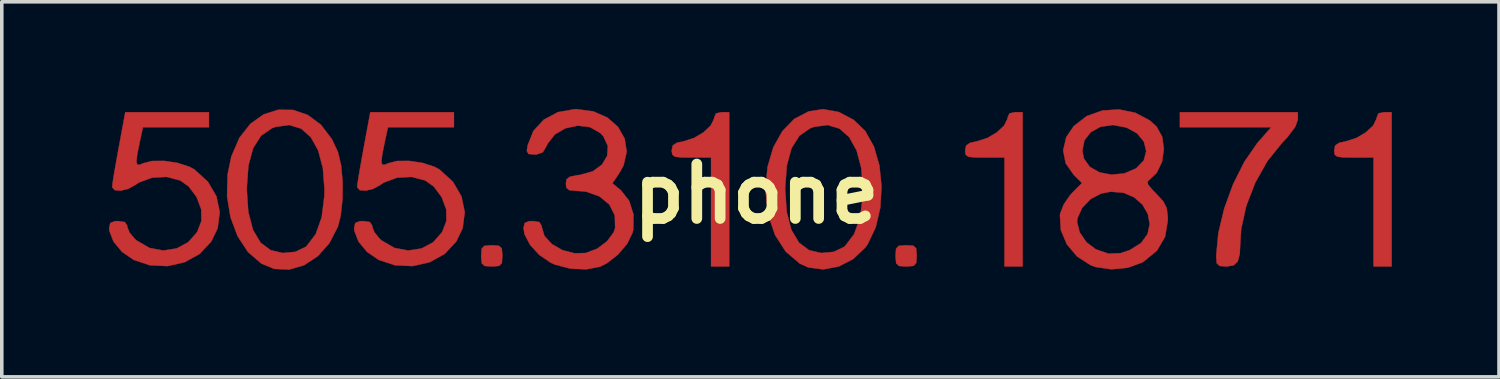
<source format=kicad_pcb>
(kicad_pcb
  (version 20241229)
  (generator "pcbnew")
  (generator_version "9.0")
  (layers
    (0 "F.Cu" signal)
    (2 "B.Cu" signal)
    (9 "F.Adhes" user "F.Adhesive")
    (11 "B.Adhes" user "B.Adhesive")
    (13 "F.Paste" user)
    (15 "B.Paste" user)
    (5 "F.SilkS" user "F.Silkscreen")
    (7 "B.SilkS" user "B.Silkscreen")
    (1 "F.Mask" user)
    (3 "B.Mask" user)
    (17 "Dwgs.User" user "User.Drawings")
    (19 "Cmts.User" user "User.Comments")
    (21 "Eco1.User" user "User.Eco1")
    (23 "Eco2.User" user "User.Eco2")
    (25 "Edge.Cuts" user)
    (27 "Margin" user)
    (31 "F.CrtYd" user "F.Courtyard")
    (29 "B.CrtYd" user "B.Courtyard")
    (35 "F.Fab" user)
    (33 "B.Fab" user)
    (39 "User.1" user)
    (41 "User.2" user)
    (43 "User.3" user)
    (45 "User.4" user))
  (footprint "phone"
    (layer "F.Cu")
    (at 18.123 2.376)
    (property "Reference" "phone" (at 0 0 0) (layer "F.SilkS") (effects (font (size 1.524 1.524) (thickness 0.3))))
    (attr through_hole)
    (fp_poly (pts (xy -7.21 1.452) (xy -7.128 1.526) (xy -7.112 1.713) (xy -7.112 1.736) (xy -7.125 1.934) (xy -7.199 2.016) (xy -7.386 2.032) (xy -7.408 2.032) (xy -7.607 2.019) (xy -7.688 1.945) (xy -7.705 1.758) (xy -7.705 1.736) (xy -7.692 1.537) (xy -7.618 1.456) (xy -7.431 1.439) (xy -7.408 1.439) (xy -7.21 1.452)) (stroke (width 0.01) (type solid)) (fill yes) (layer "F.Cu"))
    (fp_poly (pts (xy 4.39 1.452) (xy 4.471 1.526) (xy 4.487 1.713) (xy 4.487 1.736) (xy 4.474 1.934) (xy 4.4 2.016) (xy 4.214 2.032) (xy 4.191 2.032) (xy 3.992 2.019) (xy 3.911 1.945) (xy 3.895 1.758) (xy 3.895 1.736) (xy 3.908 1.537) (xy 3.982 1.456) (xy 4.168 1.439) (xy 4.191 1.439) (xy 4.39 1.452)) (stroke (width 0.01) (type solid)) (fill yes) (layer "F.Cu"))
    (fp_poly (pts (xy -0.762 2.032) (xy -1.27 2.032) (xy -1.27 -1.016) (xy -1.82 -1.016) (xy -2.116 -1.02) (xy -2.281 -1.041) (xy -2.353 -1.094) (xy -2.37 -1.192) (xy -2.371 -1.217) (xy -2.343 -1.354) (xy -2.228 -1.43) (xy -2.039 -1.471) (xy -1.752 -1.562) (xy -1.484 -1.72) (xy -1.28 -1.912) (xy -1.187 -2.1) (xy -1.185 -2.124) (xy -1.132 -2.252) (xy -0.974 -2.286) (xy -0.762 -2.286) (xy -0.762 2.032)) (stroke (width 0.01) (type solid)) (fill yes) (layer "F.Cu"))
    (fp_poly (pts (xy 7.451 2.032) (xy 6.943 2.032) (xy 6.943 -1.016) (xy 6.392 -1.016) (xy 6.096 -1.02) (xy 5.931 -1.041) (xy 5.859 -1.094) (xy 5.842 -1.192) (xy 5.842 -1.217) (xy 5.87 -1.354) (xy 5.984 -1.43) (xy 6.174 -1.471) (xy 6.461 -1.562) (xy 6.729 -1.72) (xy 6.933 -1.912) (xy 7.026 -2.1) (xy 7.027 -2.124) (xy 7.081 -2.252) (xy 7.239 -2.286) (xy 7.451 -2.286) (xy 7.451 2.032)) (stroke (width 0.01) (type solid)) (fill yes) (layer "F.Cu"))
    (fp_poly (pts (xy 17.78 2.032) (xy 17.272 2.032) (xy 17.272 -1.016) (xy 16.722 -1.016) (xy 16.426 -1.02) (xy 16.261 -1.041) (xy 16.189 -1.094) (xy 16.172 -1.192) (xy 16.171 -1.217) (xy 16.199 -1.354) (xy 16.314 -1.43) (xy 16.503 -1.471) (xy 16.79 -1.562) (xy 17.058 -1.72) (xy 17.262 -1.912) (xy 17.355 -2.1) (xy 17.357 -2.124) (xy 17.41 -2.252) (xy 17.568 -2.286) (xy 17.78 -2.286) (xy 17.78 2.032)) (stroke (width 0.01) (type solid)) (fill yes) (layer "F.Cu"))
    (fp_poly (pts (xy 15.155 -2.08) (xy 15.083 -1.877) (xy 14.871 -1.595) (xy 14.711 -1.424) (xy 14.305 -0.921) (xy 13.965 -0.317) (xy 13.712 0.334) (xy 13.569 0.98) (xy 13.546 1.325) (xy 13.529 1.677) (xy 13.472 1.893) (xy 13.358 2.001) (xy 13.169 2.032) (xy 13.156 2.032) (xy 12.965 2.019) (xy 12.885 1.944) (xy 12.869 1.756) (xy 12.869 1.732) (xy 12.929 1.099) (xy 13.093 0.413) (xy 13.343 -0.271) (xy 13.659 -0.9) (xy 14.019 -1.421) (xy 14.059 -1.466) (xy 14.408 -1.863) (xy 11.853 -1.863) (xy 11.853 -2.286) (xy 15.155 -2.286) (xy 15.155 -2.08)) (stroke (width 0.01) (type solid)) (fill yes) (layer "F.Cu"))
    (fp_poly (pts (xy 2.304 -2.291) (xy 2.721 -2.072) (xy 3.043 -1.762) (xy 3.29 -1.323) (xy 3.443 -0.789) (xy 3.502 -0.203) (xy 3.467 0.388) (xy 3.338 0.94) (xy 3.115 1.408) (xy 3.043 1.508) (xy 2.705 1.828) (xy 2.301 2.034) (xy 1.87 2.115) (xy 1.454 2.061) (xy 1.216 1.954) (xy 0.82 1.616) (xy 0.522 1.154) (xy 0.33 0.59) (xy 0.255 -0.055) (xy 0.254 -0.127) (xy 0.804 -0.127) (xy 0.848 0.507) (xy 0.978 1.007) (xy 1.193 1.367) (xy 1.472 1.576) (xy 1.812 1.656) (xy 2.164 1.623) (xy 2.455 1.483) (xy 2.478 1.464) (xy 2.735 1.126) (xy 2.903 0.654) (xy 2.977 0.058) (xy 2.98 -0.12) (xy 2.935 -0.722) (xy 2.804 -1.214) (xy 2.597 -1.586) (xy 2.323 -1.827) (xy 1.99 -1.927) (xy 1.609 -1.874) (xy 1.507 -1.837) (xy 1.2 -1.623) (xy 0.982 -1.275) (xy 0.85 -0.788) (xy 0.804 -0.159) (xy 0.804 -0.127) (xy 0.254 -0.127) (xy 0.311 -0.754) (xy 0.472 -1.302) (xy 0.726 -1.756) (xy 1.059 -2.097) (xy 1.459 -2.307) (xy 1.863 -2.37) (xy 2.304 -2.291)) (stroke (width 0.01) (type solid)) (fill yes) (layer "F.Cu"))
    (fp_poly (pts (xy -12.97 -2.349) (xy -12.564 -2.211) (xy -12.193 -1.938) (xy -11.881 -1.529) (xy -11.714 -1.17) (xy -11.625 -0.8) (xy -11.583 -0.334) (xy -11.587 0.159) (xy -11.637 0.614) (xy -11.714 0.916) (xy -11.955 1.383) (xy -12.28 1.747) (xy -12.661 1.997) (xy -13.074 2.119) (xy -13.493 2.101) (xy -13.854 1.954) (xy -14.23 1.631) (xy -14.522 1.187) (xy -14.721 0.656) (xy -14.817 0.07) (xy -14.813 -0.127) (xy -14.266 -0.127) (xy -14.223 0.507) (xy -14.092 1.007) (xy -13.878 1.367) (xy -13.598 1.576) (xy -13.259 1.656) (xy -12.907 1.623) (xy -12.615 1.483) (xy -12.593 1.464) (xy -12.335 1.126) (xy -12.168 0.654) (xy -12.094 0.058) (xy -12.09 -0.12) (xy -12.136 -0.722) (xy -12.267 -1.214) (xy -12.474 -1.586) (xy -12.748 -1.827) (xy -13.08 -1.927) (xy -13.462 -1.874) (xy -13.563 -1.837) (xy -13.87 -1.623) (xy -14.089 -1.275) (xy -14.22 -0.788) (xy -14.266 -0.159) (xy -14.266 -0.127) (xy -14.813 -0.127) (xy -14.803 -0.54) (xy -14.697 -1.049) (xy -14.471 -1.571) (xy -14.161 -1.964) (xy -13.792 -2.225) (xy -13.387 -2.354) (xy -12.97 -2.349)) (stroke (width 0.01) (type solid)) (fill yes) (layer "F.Cu"))
    (fp_poly (pts (xy -15.325 -1.863) (xy -17.173 -1.863) (xy -17.265 -1.435) (xy -17.333 -1.097) (xy -17.355 -0.897) (xy -17.329 -0.813) (xy -17.249 -0.818) (xy -17.175 -0.853) (xy -16.919 -0.92) (xy -16.573 -0.922) (xy -16.203 -0.866) (xy -15.872 -0.759) (xy -15.727 -0.68) (xy -15.351 -0.336) (xy -15.114 0.071) (xy -15.022 0.513) (xy -15.081 0.963) (xy -15.259 1.334) (xy -15.584 1.681) (xy -16.005 1.914) (xy -16.482 2.022) (xy -16.98 1.999) (xy -17.43 1.849) (xy -17.755 1.626) (xy -17.994 1.34) (xy -18.112 1.037) (xy -18.118 0.953) (xy -18.086 0.815) (xy -17.957 0.765) (xy -17.865 0.762) (xy -17.677 0.79) (xy -17.612 0.89) (xy -17.611 0.924) (xy -17.549 1.08) (xy -17.398 1.262) (xy -17.354 1.301) (xy -16.992 1.513) (xy -16.607 1.586) (xy -16.232 1.529) (xy -15.904 1.353) (xy -15.655 1.069) (xy -15.536 0.762) (xy -15.541 0.432) (xy -15.67 0.089) (xy -15.891 -0.206) (xy -16.127 -0.374) (xy -16.509 -0.475) (xy -16.92 -0.453) (xy -17.289 -0.315) (xy -17.385 -0.25) (xy -17.584 -0.14) (xy -17.794 -0.09) (xy -17.962 -0.104) (xy -18.034 -0.186) (xy -18.034 -0.191) (xy -18.02 -0.312) (xy -17.98 -0.562) (xy -17.92 -0.905) (xy -17.85 -1.291) (xy -17.666 -2.286) (xy -15.325 -2.286) (xy -15.325 -1.863)) (stroke (width 0.01) (type solid)) (fill yes) (layer "F.Cu"))
    (fp_poly (pts (xy -8.467 -1.863) (xy -10.315 -1.863) (xy -10.407 -1.435) (xy -10.475 -1.097) (xy -10.497 -0.897) (xy -10.471 -0.813) (xy -10.391 -0.818) (xy -10.317 -0.853) (xy -10.061 -0.92) (xy -9.715 -0.922) (xy -9.345 -0.866) (xy -9.014 -0.759) (xy -8.869 -0.68) (xy -8.493 -0.336) (xy -8.256 0.071) (xy -8.164 0.513) (xy -8.223 0.963) (xy -8.401 1.334) (xy -8.726 1.681) (xy -9.147 1.914) (xy -9.624 2.022) (xy -10.122 1.999) (xy -10.572 1.849) (xy -10.897 1.626) (xy -11.136 1.34) (xy -11.254 1.037) (xy -11.26 0.953) (xy -11.228 0.815) (xy -11.099 0.765) (xy -11.007 0.762) (xy -10.819 0.79) (xy -10.754 0.89) (xy -10.753 0.924) (xy -10.691 1.08) (xy -10.54 1.262) (xy -10.496 1.301) (xy -10.134 1.513) (xy -9.749 1.586) (xy -9.374 1.529) (xy -9.046 1.353) (xy -8.797 1.069) (xy -8.678 0.762) (xy -8.683 0.432) (xy -8.812 0.089) (xy -9.033 -0.206) (xy -9.269 -0.374) (xy -9.651 -0.475) (xy -10.062 -0.453) (xy -10.431 -0.315) (xy -10.527 -0.25) (xy -10.726 -0.14) (xy -10.936 -0.09) (xy -11.104 -0.104) (xy -11.176 -0.186) (xy -11.176 -0.191) (xy -11.162 -0.312) (xy -11.122 -0.562) (xy -11.062 -0.905) (xy -10.992 -1.291) (xy -10.808 -2.286) (xy -8.467 -2.286) (xy -8.467 -1.863)) (stroke (width 0.01) (type solid)) (fill yes) (layer "F.Cu"))
    (fp_poly (pts (xy -4.564 -2.308) (xy -4.17 -2.134) (xy -3.873 -1.872) (xy -3.688 -1.547) (xy -3.631 -1.181) (xy -3.718 -0.797) (xy -3.836 -0.583) (xy -4.031 -0.296) (xy -3.795 -0.101) (xy -3.562 0.195) (xy -3.441 0.577) (xy -3.446 0.991) (xy -3.469 1.093) (xy -3.619 1.4) (xy -3.877 1.702) (xy -4.19 1.946) (xy -4.375 2.038) (xy -4.762 2.113) (xy -5.207 2.093) (xy -5.635 1.982) (xy -5.76 1.926) (xy -6.08 1.708) (xy -6.335 1.429) (xy -6.49 1.134) (xy -6.519 0.961) (xy -6.489 0.818) (xy -6.366 0.766) (xy -6.265 0.762) (xy -6.077 0.79) (xy -6.013 0.892) (xy -6.011 0.92) (xy -5.934 1.178) (xy -5.727 1.404) (xy -5.434 1.574) (xy -5.094 1.664) (xy -4.781 1.656) (xy -4.461 1.537) (xy -4.183 1.329) (xy -3.996 1.077) (xy -3.955 0.953) (xy -3.964 0.601) (xy -4.116 0.301) (xy -4.39 0.073) (xy -4.762 -0.06) (xy -5.035 -0.085) (xy -5.237 -0.101) (xy -5.32 -0.171) (xy -5.334 -0.285) (xy -5.313 -0.41) (xy -5.222 -0.48) (xy -5.017 -0.521) (xy -4.935 -0.531) (xy -4.579 -0.631) (xy -4.322 -0.819) (xy -4.177 -1.066) (xy -4.159 -1.34) (xy -4.285 -1.61) (xy -4.367 -1.7) (xy -4.658 -1.867) (xy -5 -1.909) (xy -5.345 -1.836) (xy -5.645 -1.661) (xy -5.851 -1.394) (xy -5.871 -1.346) (xy -5.98 -1.163) (xy -6.153 -1.102) (xy -6.21 -1.101) (xy -6.378 -1.116) (xy -6.427 -1.199) (xy -6.405 -1.354) (xy -6.244 -1.759) (xy -5.953 -2.076) (xy -5.559 -2.286) (xy -5.087 -2.37) (xy -5.038 -2.371) (xy -4.564 -2.308)) (stroke (width 0.01) (type solid)) (fill yes) (layer "F.Cu"))
    (fp_poly (pts (xy 10.606 -2.269) (xy 11.016 -2.051) (xy 11.204 -1.878) (xy 11.359 -1.595) (xy 11.405 -1.249) (xy 11.352 -0.895) (xy 11.205 -0.588) (xy 11.023 -0.414) (xy 10.949 -0.348) (xy 10.959 -0.266) (xy 11.069 -0.13) (xy 11.195 -0.001) (xy 11.388 0.211) (xy 11.483 0.395) (xy 11.513 0.626) (xy 11.515 0.74) (xy 11.439 1.202) (xy 11.212 1.589) (xy 10.835 1.899) (xy 10.792 1.923) (xy 10.394 2.068) (xy 9.938 2.112) (xy 9.501 2.05) (xy 9.356 1.998) (xy 8.974 1.752) (xy 8.688 1.411) (xy 8.521 1.015) (xy 8.507 0.787) (xy 8.975 0.787) (xy 9.048 1.077) (xy 9.238 1.354) (xy 9.499 1.552) (xy 9.853 1.674) (xy 10.19 1.661) (xy 10.448 1.575) (xy 10.766 1.376) (xy 10.949 1.124) (xy 11.008 0.844) (xy 10.956 0.562) (xy 10.808 0.305) (xy 10.576 0.099) (xy 10.274 -0.032) (xy 9.913 -0.06) (xy 9.648 -0.009) (xy 9.353 0.147) (xy 9.118 0.392) (xy 8.988 0.675) (xy 8.975 0.787) (xy 8.507 0.787) (xy 8.495 0.602) (xy 8.505 0.544) (xy 8.604 0.292) (xy 8.783 0.032) (xy 8.836 -0.025) (xy 9.113 -0.302) (xy 8.886 -0.526) (xy 8.656 -0.856) (xy 8.587 -1.208) (xy 9.123 -1.208) (xy 9.165 -0.992) (xy 9.33 -0.756) (xy 9.602 -0.601) (xy 9.939 -0.537) (xy 10.295 -0.571) (xy 10.625 -0.712) (xy 10.628 -0.713) (xy 10.841 -0.933) (xy 10.911 -1.194) (xy 10.846 -1.459) (xy 10.655 -1.693) (xy 10.356 -1.857) (xy 9.975 -1.927) (xy 9.633 -1.878) (xy 9.36 -1.728) (xy 9.18 -1.498) (xy 9.123 -1.208) (xy 8.587 -1.208) (xy 8.585 -1.218) (xy 8.673 -1.587) (xy 8.88 -1.894) (xy 9.244 -2.176) (xy 9.68 -2.332) (xy 10.147 -2.363) (xy 10.606 -2.269)) (stroke (width 0.01) (type solid)) (fill yes) (layer "F.Cu")))
  (gr_rect
    (start -3 -3)
    (end 38.908 7.499)
    (stroke (width 0.1) (type default))
    (fill no)
    (layer "Edge.Cuts")))
</source>
